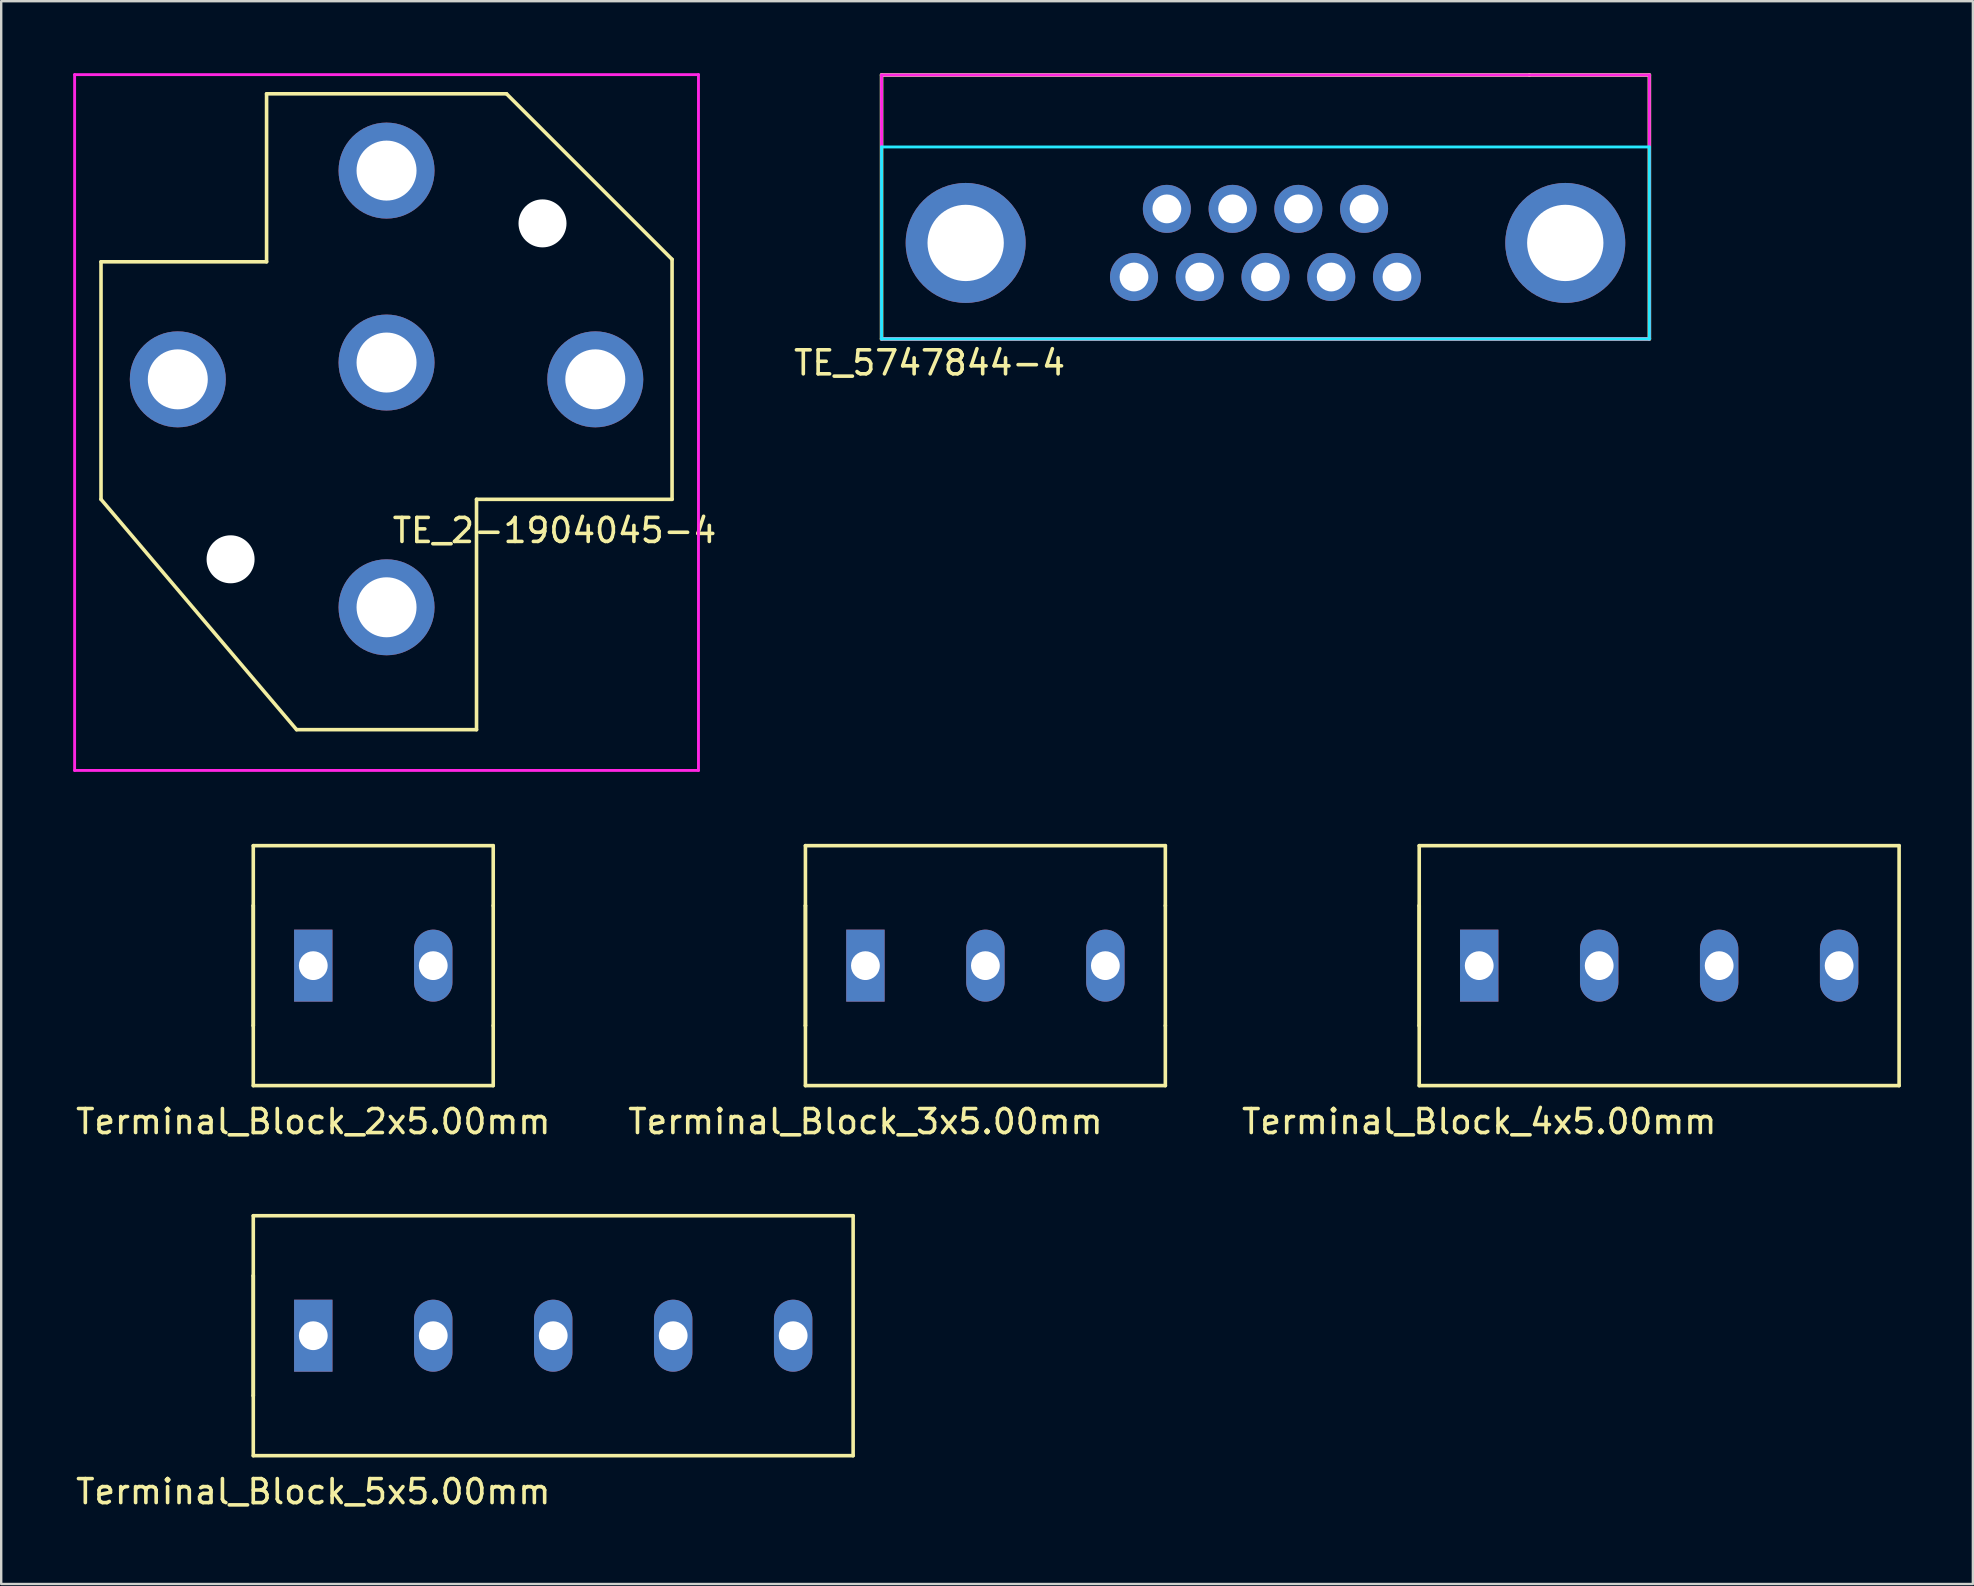
<source format=kicad_pcb>
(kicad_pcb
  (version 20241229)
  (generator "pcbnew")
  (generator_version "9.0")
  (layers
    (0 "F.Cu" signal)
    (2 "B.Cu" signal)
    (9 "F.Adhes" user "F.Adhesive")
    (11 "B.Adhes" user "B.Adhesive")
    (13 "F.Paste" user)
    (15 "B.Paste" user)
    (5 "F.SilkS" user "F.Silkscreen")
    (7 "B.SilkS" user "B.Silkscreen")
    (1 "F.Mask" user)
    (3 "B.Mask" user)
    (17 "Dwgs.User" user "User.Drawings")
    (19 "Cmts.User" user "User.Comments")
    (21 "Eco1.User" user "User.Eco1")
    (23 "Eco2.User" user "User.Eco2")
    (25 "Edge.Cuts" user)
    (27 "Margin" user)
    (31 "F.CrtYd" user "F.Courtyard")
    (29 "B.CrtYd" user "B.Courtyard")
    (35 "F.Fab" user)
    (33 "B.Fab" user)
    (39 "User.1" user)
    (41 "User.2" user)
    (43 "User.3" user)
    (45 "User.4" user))
  (footprint "Terminal_Block_2x5.00mm"
    (layer "F.Cu")
    (at 10.006 37.195)
    (property "Reference" "Terminal_Block_2x5.00mm" (at 0 6.5 0) (layer "F.SilkS") (effects (font (size 1 1) (thickness 0.15))))
    (attr through_hole)
    (fp_line (start -2.5 -5) (end -2.5 -2.5) (stroke (width 0.15) (type solid)) (layer "F.SilkS"))
    (fp_line (start -2.5 -2.5) (end -2.5 2.5) (stroke (width 0.15) (type solid)) (layer "F.SilkS"))
    (fp_line (start -2.5 -2.5) (end -2.5 2.5) (stroke (width 0.15) (type solid)) (layer "F.SilkS"))
    (fp_line (start -2.5 2.5) (end -2.5 5) (stroke (width 0.15) (type solid)) (layer "F.SilkS"))
    (fp_line (start -2.5 5) (end 7.5 5) (stroke (width 0.15) (type solid)) (layer "F.SilkS"))
    (fp_line (start 7.5 -5) (end -2.5 -5) (stroke (width 0.15) (type solid)) (layer "F.SilkS"))
    (fp_line (start 7.5 -2.5) (end 7.5 -5) (stroke (width 0.15) (type solid)) (layer "F.SilkS"))
    (fp_line (start 7.5 -2.5) (end 7.5 2.5) (stroke (width 0.15) (type solid)) (layer "F.SilkS"))
    (fp_line (start 7.5 5) (end 7.5 2.5) (stroke (width 0.15) (type solid)) (layer "F.SilkS"))
    (pad "1" thru_hole rect (at 0 0) (size 1.6 3) (drill 1.2) (layers "*.Cu" "*.Mask"))
    (pad "2" thru_hole oval (at 5 0) (size 1.6 3) (drill 1.2) (layers "*.Cu" "*.Mask")))
  (footprint "Terminal_Block_3x5.00mm"
    (layer "F.Cu")
    (at 33.018 37.195)
    (property "Reference" "Terminal_Block_3x5.00mm" (at 0 6.5 0) (layer "F.SilkS") (effects (font (size 1 1) (thickness 0.15))))
    (attr through_hole)
    (fp_line (start -2.5 -5) (end -2.5 -2.5) (stroke (width 0.15) (type solid)) (layer "F.SilkS"))
    (fp_line (start -2.5 -2.5) (end -2.5 2.5) (stroke (width 0.15) (type solid)) (layer "F.SilkS"))
    (fp_line (start -2.5 -2.5) (end -2.5 2.5) (stroke (width 0.15) (type solid)) (layer "F.SilkS"))
    (fp_line (start -2.5 2.5) (end -2.5 5) (stroke (width 0.15) (type solid)) (layer "F.SilkS"))
    (fp_line (start -2.5 5) (end 12.5 5) (stroke (width 0.15) (type solid)) (layer "F.SilkS"))
    (fp_line (start 12.5 -5) (end -2.5 -5) (stroke (width 0.15) (type solid)) (layer "F.SilkS"))
    (fp_line (start 12.5 -2.5) (end 12.5 -5) (stroke (width 0.15) (type solid)) (layer "F.SilkS"))
    (fp_line (start 12.5 -2.5) (end 12.5 2.5) (stroke (width 0.15) (type solid)) (layer "F.SilkS"))
    (fp_line (start 12.5 5) (end 12.5 2.5) (stroke (width 0.15) (type solid)) (layer "F.SilkS"))
    (pad "1" thru_hole rect (at 0 0) (size 1.6 3) (drill 1.2) (layers "*.Cu" "*.Mask"))
    (pad "2" thru_hole oval (at 5 0) (size 1.6 3) (drill 1.2) (layers "*.Cu" "*.Mask"))
    (pad "3" thru_hole oval (at 10 0) (size 1.6 3) (drill 1.2) (layers "*.Cu" "*.Mask")))
  (footprint "Terminal_Block_5x5.00mm"
    (layer "F.Cu")
    (at 10.006 52.618)
    (property "Reference" "Terminal_Block_5x5.00mm" (at 0 6.5 0) (layer "F.SilkS") (effects (font (size 1 1) (thickness 0.15))))
    (attr through_hole)
    (fp_line (start -2.5 -5) (end -2.5 -2.5) (stroke (width 0.15) (type solid)) (layer "F.SilkS"))
    (fp_line (start -2.5 -2.5) (end -2.5 2.5) (stroke (width 0.15) (type solid)) (layer "F.SilkS"))
    (fp_line (start -2.5 -2.5) (end -2.5 2.5) (stroke (width 0.15) (type solid)) (layer "F.SilkS"))
    (fp_line (start -2.5 2.5) (end -2.5 5) (stroke (width 0.15) (type solid)) (layer "F.SilkS"))
    (fp_line (start -2.5 5) (end 22.5 5) (stroke (width 0.15) (type solid)) (layer "F.SilkS"))
    (fp_line (start 22.5 -5) (end -2.5 -5) (stroke (width 0.15) (type solid)) (layer "F.SilkS"))
    (fp_line (start 22.5 5) (end 22.5 -5) (stroke (width 0.15) (type solid)) (layer "F.SilkS"))
    (pad "1" thru_hole rect (at 0 0) (size 1.6 3) (drill 1.2) (layers "*.Cu" "*.Mask"))
    (pad "2" thru_hole oval (at 5 0) (size 1.6 3) (drill 1.2) (layers "*.Cu" "*.Mask"))
    (pad "3" thru_hole oval (at 10 0) (size 1.6 3) (drill 1.2) (layers "*.Cu" "*.Mask"))
    (pad "4" thru_hole oval (at 15 0) (size 1.6 3) (drill 1.2) (layers "*.Cu" "*.Mask"))
    (pad "5" thru_hole oval (at 20 0) (size 1.6 3) (drill 1.2) (layers "*.Cu" "*.Mask")))
  (footprint "TE_2-1904045-4"
    (layer "F.Cu")
    (at 13.06 12.06)
    (property "Reference" "TE_2-1904045-4" (at 7 7 0) (layer "F.SilkS") (effects (font (size 1 1) (thickness 0.15))))
    (attr through_hole)
    (fp_line (start -11.9 -4.2) (end -11.9 5.7) (stroke (width 0.15) (type solid)) (layer "F.SilkS"))
    (fp_line (start -11.9 -4.2) (end -5 -4.2) (stroke (width 0.15) (type solid)) (layer "F.SilkS"))
    (fp_line (start -11.9 5.7) (end -3.75 15.3) (stroke (width 0.15) (type solid)) (layer "F.SilkS"))
    (fp_line (start -5 -11.2) (end -5 -4.2) (stroke (width 0.15) (type solid)) (layer "F.SilkS"))
    (fp_line (start -5 -11.2) (end 5 -11.2) (stroke (width 0.15) (type solid)) (layer "F.SilkS"))
    (fp_line (start -3.75 15.3) (end 3.75 15.3) (stroke (width 0.15) (type solid)) (layer "F.SilkS"))
    (fp_line (start 3.75 5.7) (end 3.75 15.3) (stroke (width 0.15) (type solid)) (layer "F.SilkS"))
    (fp_line (start 5 -11.2) (end 11.9 -4.3) (stroke (width 0.15) (type solid)) (layer "F.SilkS"))
    (fp_line (start 11.9 -4.3) (end 11.9 5.7) (stroke (width 0.15) (type solid)) (layer "F.SilkS"))
    (fp_line (start 11.9 5.7) (end 3.75 5.7) (stroke (width 0.15) (type solid)) (layer "F.SilkS"))
    (fp_line (start -13 -12) (end -13 17) (stroke (width 0.12) (type solid)) (layer "F.CrtYd"))
    (fp_line (start -13 17) (end 13 17) (stroke (width 0.12) (type solid)) (layer "F.CrtYd"))
    (fp_line (start 13 -12) (end -13 -12) (stroke (width 0.12) (type solid)) (layer "F.CrtYd"))
    (fp_line (start 13 17) (end 13 -12) (stroke (width 0.12) (type solid)) (layer "F.CrtYd"))
    (pad "" np_thru_hole circle (at -6.5 8.2) (size 2 2) (drill 2) (layers "*.Cu" "*.Mask"))
    (pad "" np_thru_hole circle (at 6.5 -5.8) (size 2 2) (drill 2) (layers "*.Cu" "*.Mask"))
    (pad "30" thru_hole circle (at 0 10.2) (size 4 4) (drill 2.5) (layers "*.Cu" "*.Mask"))
    (pad "85" thru_hole circle (at -8.7 0.7) (size 4 4) (drill 2.5) (layers "*.Cu" "*.Mask"))
    (pad "86" thru_hole circle (at 8.7 0.7) (size 4 4) (drill 2.5) (layers "*.Cu" "*.Mask"))
    (pad "87" thru_hole circle (at 0 -8) (size 4 4) (drill 2.5) (layers "*.Cu" "*.Mask"))
    (pad "87a" thru_hole circle (at 0 0) (size 4 4) (drill 2.5) (layers "*.Cu" "*.Mask")))
  (footprint "Terminal_Block_4x5.00mm"
    (layer "F.Cu")
    (at 58.599 37.195)
    (property "Reference" "Terminal_Block_4x5.00mm" (at 0 6.5 0) (layer "F.SilkS") (effects (font (size 1 1) (thickness 0.15))))
    (attr through_hole)
    (fp_line (start -2.5 -5) (end -2.5 -2.5) (stroke (width 0.15) (type solid)) (layer "F.SilkS"))
    (fp_line (start -2.5 -2.5) (end -2.5 2.5) (stroke (width 0.15) (type solid)) (layer "F.SilkS"))
    (fp_line (start -2.5 -2.5) (end -2.5 2.5) (stroke (width 0.15) (type solid)) (layer "F.SilkS"))
    (fp_line (start -2.5 2.5) (end -2.5 5) (stroke (width 0.15) (type solid)) (layer "F.SilkS"))
    (fp_line (start -2.5 5) (end 17.5 5) (stroke (width 0.15) (type solid)) (layer "F.SilkS"))
    (fp_line (start 17.5 -5) (end -2.5 -5) (stroke (width 0.15) (type solid)) (layer "F.SilkS"))
    (fp_line (start 17.5 5) (end 17.5 -5) (stroke (width 0.15) (type solid)) (layer "F.SilkS"))
    (pad "1" thru_hole rect (at 0 0) (size 1.6 3) (drill 1.2) (layers "*.Cu" "*.Mask"))
    (pad "2" thru_hole oval (at 5 0) (size 1.6 3) (drill 1.2) (layers "*.Cu" "*.Mask"))
    (pad "3" thru_hole oval (at 10 0) (size 1.6 3) (drill 1.2) (layers "*.Cu" "*.Mask"))
    (pad "4" thru_hole oval (at 15 0) (size 1.6 3) (drill 1.2) (layers "*.Cu" "*.Mask")))
  (footprint "TE_5747844-4"
    (layer "F.Cu")
    (at 49.691 7.075)
    (property "Reference" "TE_5747844-4" (at -14 5 0) (layer "F.SilkS") (effects (font (size 1 1) (thickness 0.15))))
    (attr through_hole)
    (fp_line (start -16 -7) (end 11 -7) (stroke (width 0.15) (type solid)) (layer "F.SilkS"))
    (fp_line (start -16 4) (end -16 -7) (stroke (width 0.15) (type solid)) (layer "F.SilkS"))
    (fp_line (start 11 -7) (end 16 -7) (stroke (width 0.15) (type solid)) (layer "F.SilkS"))
    (fp_line (start 16 -7) (end 16 4) (stroke (width 0.15) (type solid)) (layer "F.SilkS"))
    (fp_line (start 16 4) (end -16 4) (stroke (width 0.15) (type solid)) (layer "F.SilkS"))
    (fp_line (start -16 -4) (end -16 4) (stroke (width 0.12) (type solid)) (layer "B.CrtYd"))
    (fp_line (start -16 4) (end 16 4) (stroke (width 0.12) (type solid)) (layer "B.CrtYd"))
    (fp_line (start 16 -4) (end -16 -4) (stroke (width 0.12) (type solid)) (layer "B.CrtYd"))
    (fp_line (start 16 4) (end 16 -4) (stroke (width 0.12) (type solid)) (layer "B.CrtYd"))
    (fp_line (start -16 -7) (end -16 4) (stroke (width 0.12) (type solid)) (layer "F.CrtYd"))
    (fp_line (start -16 4) (end 16 4) (stroke (width 0.12) (type solid)) (layer "F.CrtYd"))
    (fp_line (start 16 -7) (end -16 -7) (stroke (width 0.12) (type solid)) (layer "F.CrtYd"))
    (fp_line (start 16 4) (end 16 -7) (stroke (width 0.12) (type solid)) (layer "F.CrtYd"))
    (pad "1" thru_hole circle (at -5.48 1.42) (size 2 2) (drill 1.2) (layers "*.Cu" "*.Mask"))
    (pad "2" thru_hole circle (at -2.74 1.42) (size 2 2) (drill 1.2) (layers "*.Cu" "*.Mask"))
    (pad "3" thru_hole circle (at 0 1.42) (size 2 2) (drill 1.2) (layers "*.Cu" "*.Mask"))
    (pad "4" thru_hole circle (at 2.74 1.42) (size 2 2) (drill 1.2) (layers "*.Cu" "*.Mask"))
    (pad "5" thru_hole circle (at 5.48 1.42) (size 2 2) (drill 1.2) (layers "*.Cu" "*.Mask"))
    (pad "6" thru_hole circle (at -4.11 -1.42) (size 2 2) (drill 1.2) (layers "*.Cu" "*.Mask"))
    (pad "7" thru_hole circle (at -1.37 -1.42) (size 2 2) (drill 1.2) (layers "*.Cu" "*.Mask"))
    (pad "8" thru_hole circle (at 1.37 -1.42) (size 2 2) (drill 1.2) (layers "*.Cu" "*.Mask"))
    (pad "9" thru_hole circle (at 4.11 -1.42) (size 2 2) (drill 1.2) (layers "*.Cu" "*.Mask"))
    (pad "SH" thru_hole circle (at -12.495 0) (size 5 5) (drill 3.18) (layers "*.Cu" "*.Mask"))
    (pad "SH" thru_hole circle (at 12.495 0) (size 5 5) (drill 3.18) (layers "*.Cu" "*.Mask")))
  (gr_rect
    (start -3 -3)
    (end 79.174 62.967)
    (stroke (width 0.1) (type default))
    (fill no)
    (layer "Edge.Cuts")))
</source>
